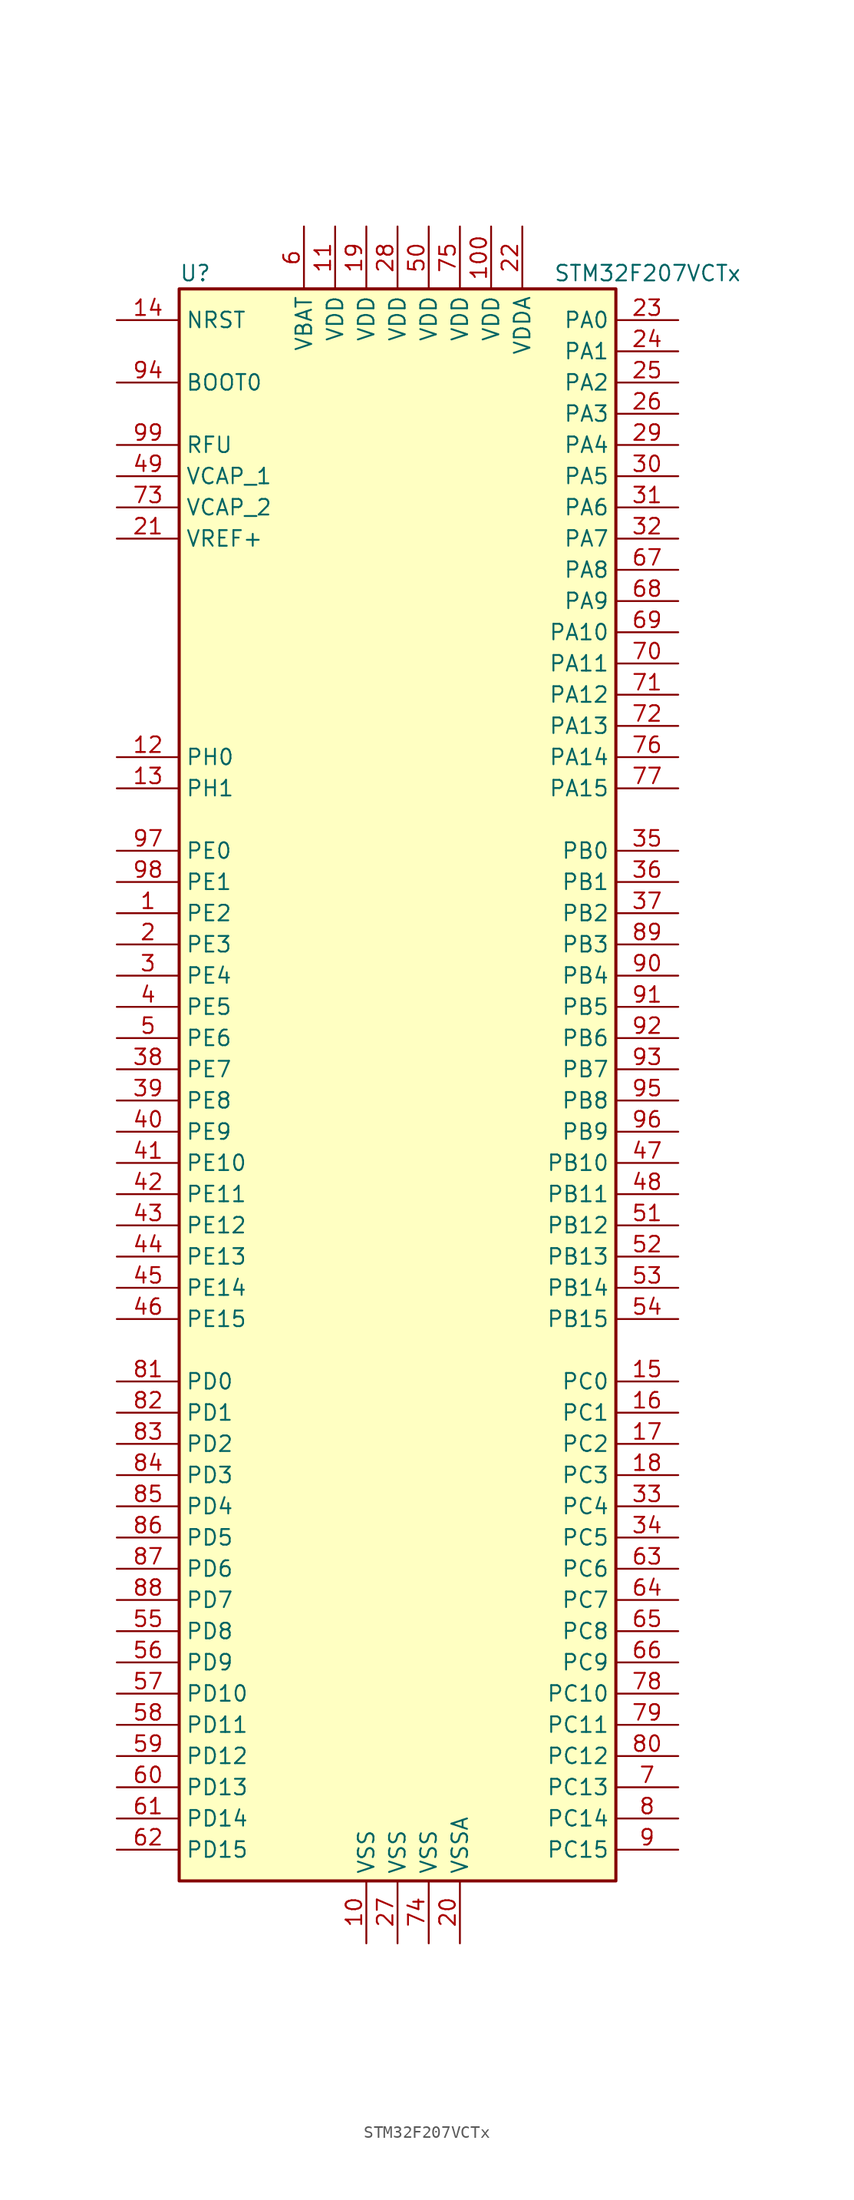
<source format=kicad_sym>
(kicad_symbol_lib
  (version 20201005)
  (generator kicad_symbol_editor)
  (symbol "STM32F207VCTx"
    (property "Reference" "U"
      (at -17.78 64.77 0)
      (effects (font (size 1.27 1.27)) (justify left)))
    (property "Value" "STM32F207VCTx"
      (at 12.7 64.77 0)
      (effects (font (size 1.27 1.27)) (justify left)))
    (symbol "STM32F207VCTx_0_1"
      (rectangle (start -17.78 -66.04) (end 17.78 63.5) (stroke (width 0.254)) (fill (type background))))
    (symbol "STM32F207VCTx_1_1"
      (pin bidirectional line (at -22.86 12.7 0) (length 5.08) (name "PE2" (effects (font (size 1.27 1.27)))) (number "1" (effects (font (size 1.27 1.27)))))
      (pin power_in line (at -2.54 -71.12 90) (length 5.08) (name "VSS" (effects (font (size 1.27 1.27)))) (number "10" (effects (font (size 1.27 1.27)))))
      (pin power_in line (at 7.62 68.58 270) (length 5.08) (name "VDD" (effects (font (size 1.27 1.27)))) (number "100" (effects (font (size 1.27 1.27)))))
      (pin power_in line (at -5.08 68.58 270) (length 5.08) (name "VDD" (effects (font (size 1.27 1.27)))) (number "11" (effects (font (size 1.27 1.27)))))
      (pin input line (at -22.86 25.4 0) (length 5.08) (name "PH0" (effects (font (size 1.27 1.27)))) (number "12" (effects (font (size 1.27 1.27)))))
      (pin input line (at -22.86 22.86 0) (length 5.08) (name "PH1" (effects (font (size 1.27 1.27)))) (number "13" (effects (font (size 1.27 1.27)))))
      (pin input line (at -22.86 60.96 0) (length 5.08) (name "NRST" (effects (font (size 1.27 1.27)))) (number "14" (effects (font (size 1.27 1.27)))))
      (pin bidirectional line (at 22.86 -25.4 180) (length 5.08) (name "PC0" (effects (font (size 1.27 1.27)))) (number "15" (effects (font (size 1.27 1.27)))))
      (pin bidirectional line (at 22.86 -27.94 180) (length 5.08) (name "PC1" (effects (font (size 1.27 1.27)))) (number "16" (effects (font (size 1.27 1.27)))))
      (pin bidirectional line (at 22.86 -30.48 180) (length 5.08) (name "PC2" (effects (font (size 1.27 1.27)))) (number "17" (effects (font (size 1.27 1.27)))))
      (pin bidirectional line (at 22.86 -33.02 180) (length 5.08) (name "PC3" (effects (font (size 1.27 1.27)))) (number "18" (effects (font (size 1.27 1.27)))))
      (pin power_in line (at -2.54 68.58 270) (length 5.08) (name "VDD" (effects (font (size 1.27 1.27)))) (number "19" (effects (font (size 1.27 1.27)))))
      (pin bidirectional line (at -22.86 10.16 0) (length 5.08) (name "PE3" (effects (font (size 1.27 1.27)))) (number "2" (effects (font (size 1.27 1.27)))))
      (pin power_in line (at 5.08 -71.12 90) (length 5.08) (name "VSSA" (effects (font (size 1.27 1.27)))) (number "20" (effects (font (size 1.27 1.27)))))
      (pin power_in line (at -22.86 43.18 0) (length 5.08) (name "VREF+" (effects (font (size 1.27 1.27)))) (number "21" (effects (font (size 1.27 1.27)))))
      (pin power_in line (at 10.16 68.58 270) (length 5.08) (name "VDDA" (effects (font (size 1.27 1.27)))) (number "22" (effects (font (size 1.27 1.27)))))
      (pin bidirectional line (at 22.86 60.96 180) (length 5.08) (name "PA0" (effects (font (size 1.27 1.27)))) (number "23" (effects (font (size 1.27 1.27)))))
      (pin bidirectional line (at 22.86 58.42 180) (length 5.08) (name "PA1" (effects (font (size 1.27 1.27)))) (number "24" (effects (font (size 1.27 1.27)))))
      (pin bidirectional line (at 22.86 55.88 180) (length 5.08) (name "PA2" (effects (font (size 1.27 1.27)))) (number "25" (effects (font (size 1.27 1.27)))))
      (pin bidirectional line (at 22.86 53.34 180) (length 5.08) (name "PA3" (effects (font (size 1.27 1.27)))) (number "26" (effects (font (size 1.27 1.27)))))
      (pin power_in line (at 0 -71.12 90) (length 5.08) (name "VSS" (effects (font (size 1.27 1.27)))) (number "27" (effects (font (size 1.27 1.27)))))
      (pin power_in line (at 0 68.58 270) (length 5.08) (name "VDD" (effects (font (size 1.27 1.27)))) (number "28" (effects (font (size 1.27 1.27)))))
      (pin bidirectional line (at 22.86 50.8 180) (length 5.08) (name "PA4" (effects (font (size 1.27 1.27)))) (number "29" (effects (font (size 1.27 1.27)))))
      (pin bidirectional line (at -22.86 7.62 0) (length 5.08) (name "PE4" (effects (font (size 1.27 1.27)))) (number "3" (effects (font (size 1.27 1.27)))))
      (pin bidirectional line (at 22.86 48.26 180) (length 5.08) (name "PA5" (effects (font (size 1.27 1.27)))) (number "30" (effects (font (size 1.27 1.27)))))
      (pin bidirectional line (at 22.86 45.72 180) (length 5.08) (name "PA6" (effects (font (size 1.27 1.27)))) (number "31" (effects (font (size 1.27 1.27)))))
      (pin bidirectional line (at 22.86 43.18 180) (length 5.08) (name "PA7" (effects (font (size 1.27 1.27)))) (number "32" (effects (font (size 1.27 1.27)))))
      (pin bidirectional line (at 22.86 -35.56 180) (length 5.08) (name "PC4" (effects (font (size 1.27 1.27)))) (number "33" (effects (font (size 1.27 1.27)))))
      (pin bidirectional line (at 22.86 -38.1 180) (length 5.08) (name "PC5" (effects (font (size 1.27 1.27)))) (number "34" (effects (font (size 1.27 1.27)))))
      (pin bidirectional line (at 22.86 17.78 180) (length 5.08) (name "PB0" (effects (font (size 1.27 1.27)))) (number "35" (effects (font (size 1.27 1.27)))))
      (pin bidirectional line (at 22.86 15.24 180) (length 5.08) (name "PB1" (effects (font (size 1.27 1.27)))) (number "36" (effects (font (size 1.27 1.27)))))
      (pin bidirectional line (at 22.86 12.7 180) (length 5.08) (name "PB2" (effects (font (size 1.27 1.27)))) (number "37" (effects (font (size 1.27 1.27)))))
      (pin bidirectional line (at -22.86 0 0) (length 5.08) (name "PE7" (effects (font (size 1.27 1.27)))) (number "38" (effects (font (size 1.27 1.27)))))
      (pin bidirectional line (at -22.86 -2.54 0) (length 5.08) (name "PE8" (effects (font (size 1.27 1.27)))) (number "39" (effects (font (size 1.27 1.27)))))
      (pin bidirectional line (at -22.86 5.08 0) (length 5.08) (name "PE5" (effects (font (size 1.27 1.27)))) (number "4" (effects (font (size 1.27 1.27)))))
      (pin bidirectional line (at -22.86 -5.08 0) (length 5.08) (name "PE9" (effects (font (size 1.27 1.27)))) (number "40" (effects (font (size 1.27 1.27)))))
      (pin bidirectional line (at -22.86 -7.62 0) (length 5.08) (name "PE10" (effects (font (size 1.27 1.27)))) (number "41" (effects (font (size 1.27 1.27)))))
      (pin bidirectional line (at -22.86 -10.16 0) (length 5.08) (name "PE11" (effects (font (size 1.27 1.27)))) (number "42" (effects (font (size 1.27 1.27)))))
      (pin bidirectional line (at -22.86 -12.7 0) (length 5.08) (name "PE12" (effects (font (size 1.27 1.27)))) (number "43" (effects (font (size 1.27 1.27)))))
      (pin bidirectional line (at -22.86 -15.24 0) (length 5.08) (name "PE13" (effects (font (size 1.27 1.27)))) (number "44" (effects (font (size 1.27 1.27)))))
      (pin bidirectional line (at -22.86 -17.78 0) (length 5.08) (name "PE14" (effects (font (size 1.27 1.27)))) (number "45" (effects (font (size 1.27 1.27)))))
      (pin bidirectional line (at -22.86 -20.32 0) (length 5.08) (name "PE15" (effects (font (size 1.27 1.27)))) (number "46" (effects (font (size 1.27 1.27)))))
      (pin bidirectional line (at 22.86 -7.62 180) (length 5.08) (name "PB10" (effects (font (size 1.27 1.27)))) (number "47" (effects (font (size 1.27 1.27)))))
      (pin bidirectional line (at 22.86 -10.16 180) (length 5.08) (name "PB11" (effects (font (size 1.27 1.27)))) (number "48" (effects (font (size 1.27 1.27)))))
      (pin power_in line (at -22.86 48.26 0) (length 5.08) (name "VCAP_1" (effects (font (size 1.27 1.27)))) (number "49" (effects (font (size 1.27 1.27)))))
      (pin bidirectional line (at -22.86 2.54 0) (length 5.08) (name "PE6" (effects (font (size 1.27 1.27)))) (number "5" (effects (font (size 1.27 1.27)))))
      (pin power_in line (at 2.54 68.58 270) (length 5.08) (name "VDD" (effects (font (size 1.27 1.27)))) (number "50" (effects (font (size 1.27 1.27)))))
      (pin bidirectional line (at 22.86 -12.7 180) (length 5.08) (name "PB12" (effects (font (size 1.27 1.27)))) (number "51" (effects (font (size 1.27 1.27)))))
      (pin bidirectional line (at 22.86 -15.24 180) (length 5.08) (name "PB13" (effects (font (size 1.27 1.27)))) (number "52" (effects (font (size 1.27 1.27)))))
      (pin bidirectional line (at 22.86 -17.78 180) (length 5.08) (name "PB14" (effects (font (size 1.27 1.27)))) (number "53" (effects (font (size 1.27 1.27)))))
      (pin bidirectional line (at 22.86 -20.32 180) (length 5.08) (name "PB15" (effects (font (size 1.27 1.27)))) (number "54" (effects (font (size 1.27 1.27)))))
      (pin bidirectional line (at -22.86 -45.72 0) (length 5.08) (name "PD8" (effects (font (size 1.27 1.27)))) (number "55" (effects (font (size 1.27 1.27)))))
      (pin bidirectional line (at -22.86 -48.26 0) (length 5.08) (name "PD9" (effects (font (size 1.27 1.27)))) (number "56" (effects (font (size 1.27 1.27)))))
      (pin bidirectional line (at -22.86 -50.8 0) (length 5.08) (name "PD10" (effects (font (size 1.27 1.27)))) (number "57" (effects (font (size 1.27 1.27)))))
      (pin bidirectional line (at -22.86 -53.34 0) (length 5.08) (name "PD11" (effects (font (size 1.27 1.27)))) (number "58" (effects (font (size 1.27 1.27)))))
      (pin bidirectional line (at -22.86 -55.88 0) (length 5.08) (name "PD12" (effects (font (size 1.27 1.27)))) (number "59" (effects (font (size 1.27 1.27)))))
      (pin power_in line (at -7.62 68.58 270) (length 5.08) (name "VBAT" (effects (font (size 1.27 1.27)))) (number "6" (effects (font (size 1.27 1.27)))))
      (pin bidirectional line (at -22.86 -58.42 0) (length 5.08) (name "PD13" (effects (font (size 1.27 1.27)))) (number "60" (effects (font (size 1.27 1.27)))))
      (pin bidirectional line (at -22.86 -60.96 0) (length 5.08) (name "PD14" (effects (font (size 1.27 1.27)))) (number "61" (effects (font (size 1.27 1.27)))))
      (pin bidirectional line (at -22.86 -63.5 0) (length 5.08) (name "PD15" (effects (font (size 1.27 1.27)))) (number "62" (effects (font (size 1.27 1.27)))))
      (pin bidirectional line (at 22.86 -40.64 180) (length 5.08) (name "PC6" (effects (font (size 1.27 1.27)))) (number "63" (effects (font (size 1.27 1.27)))))
      (pin bidirectional line (at 22.86 -43.18 180) (length 5.08) (name "PC7" (effects (font (size 1.27 1.27)))) (number "64" (effects (font (size 1.27 1.27)))))
      (pin bidirectional line (at 22.86 -45.72 180) (length 5.08) (name "PC8" (effects (font (size 1.27 1.27)))) (number "65" (effects (font (size 1.27 1.27)))))
      (pin bidirectional line (at 22.86 -48.26 180) (length 5.08) (name "PC9" (effects (font (size 1.27 1.27)))) (number "66" (effects (font (size 1.27 1.27)))))
      (pin bidirectional line (at 22.86 40.64 180) (length 5.08) (name "PA8" (effects (font (size 1.27 1.27)))) (number "67" (effects (font (size 1.27 1.27)))))
      (pin bidirectional line (at 22.86 38.1 180) (length 5.08) (name "PA9" (effects (font (size 1.27 1.27)))) (number "68" (effects (font (size 1.27 1.27)))))
      (pin bidirectional line (at 22.86 35.56 180) (length 5.08) (name "PA10" (effects (font (size 1.27 1.27)))) (number "69" (effects (font (size 1.27 1.27)))))
      (pin bidirectional line (at 22.86 -58.42 180) (length 5.08) (name "PC13" (effects (font (size 1.27 1.27)))) (number "7" (effects (font (size 1.27 1.27)))))
      (pin bidirectional line (at 22.86 33.02 180) (length 5.08) (name "PA11" (effects (font (size 1.27 1.27)))) (number "70" (effects (font (size 1.27 1.27)))))
      (pin bidirectional line (at 22.86 30.48 180) (length 5.08) (name "PA12" (effects (font (size 1.27 1.27)))) (number "71" (effects (font (size 1.27 1.27)))))
      (pin bidirectional line (at 22.86 27.94 180) (length 5.08) (name "PA13" (effects (font (size 1.27 1.27)))) (number "72" (effects (font (size 1.27 1.27)))))
      (pin power_in line (at -22.86 45.72 0) (length 5.08) (name "VCAP_2" (effects (font (size 1.27 1.27)))) (number "73" (effects (font (size 1.27 1.27)))))
      (pin power_in line (at 2.54 -71.12 90) (length 5.08) (name "VSS" (effects (font (size 1.27 1.27)))) (number "74" (effects (font (size 1.27 1.27)))))
      (pin power_in line (at 5.08 68.58 270) (length 5.08) (name "VDD" (effects (font (size 1.27 1.27)))) (number "75" (effects (font (size 1.27 1.27)))))
      (pin bidirectional line (at 22.86 25.4 180) (length 5.08) (name "PA14" (effects (font (size 1.27 1.27)))) (number "76" (effects (font (size 1.27 1.27)))))
      (pin bidirectional line (at 22.86 22.86 180) (length 5.08) (name "PA15" (effects (font (size 1.27 1.27)))) (number "77" (effects (font (size 1.27 1.27)))))
      (pin bidirectional line (at 22.86 -50.8 180) (length 5.08) (name "PC10" (effects (font (size 1.27 1.27)))) (number "78" (effects (font (size 1.27 1.27)))))
      (pin bidirectional line (at 22.86 -53.34 180) (length 5.08) (name "PC11" (effects (font (size 1.27 1.27)))) (number "79" (effects (font (size 1.27 1.27)))))
      (pin bidirectional line (at 22.86 -60.96 180) (length 5.08) (name "PC14" (effects (font (size 1.27 1.27)))) (number "8" (effects (font (size 1.27 1.27)))))
      (pin bidirectional line (at 22.86 -55.88 180) (length 5.08) (name "PC12" (effects (font (size 1.27 1.27)))) (number "80" (effects (font (size 1.27 1.27)))))
      (pin bidirectional line (at -22.86 -25.4 0) (length 5.08) (name "PD0" (effects (font (size 1.27 1.27)))) (number "81" (effects (font (size 1.27 1.27)))))
      (pin bidirectional line (at -22.86 -27.94 0) (length 5.08) (name "PD1" (effects (font (size 1.27 1.27)))) (number "82" (effects (font (size 1.27 1.27)))))
      (pin bidirectional line (at -22.86 -30.48 0) (length 5.08) (name "PD2" (effects (font (size 1.27 1.27)))) (number "83" (effects (font (size 1.27 1.27)))))
      (pin bidirectional line (at -22.86 -33.02 0) (length 5.08) (name "PD3" (effects (font (size 1.27 1.27)))) (number "84" (effects (font (size 1.27 1.27)))))
      (pin bidirectional line (at -22.86 -35.56 0) (length 5.08) (name "PD4" (effects (font (size 1.27 1.27)))) (number "85" (effects (font (size 1.27 1.27)))))
      (pin bidirectional line (at -22.86 -38.1 0) (length 5.08) (name "PD5" (effects (font (size 1.27 1.27)))) (number "86" (effects (font (size 1.27 1.27)))))
      (pin bidirectional line (at -22.86 -40.64 0) (length 5.08) (name "PD6" (effects (font (size 1.27 1.27)))) (number "87" (effects (font (size 1.27 1.27)))))
      (pin bidirectional line (at -22.86 -43.18 0) (length 5.08) (name "PD7" (effects (font (size 1.27 1.27)))) (number "88" (effects (font (size 1.27 1.27)))))
      (pin bidirectional line (at 22.86 10.16 180) (length 5.08) (name "PB3" (effects (font (size 1.27 1.27)))) (number "89" (effects (font (size 1.27 1.27)))))
      (pin bidirectional line (at 22.86 -63.5 180) (length 5.08) (name "PC15" (effects (font (size 1.27 1.27)))) (number "9" (effects (font (size 1.27 1.27)))))
      (pin bidirectional line (at 22.86 7.62 180) (length 5.08) (name "PB4" (effects (font (size 1.27 1.27)))) (number "90" (effects (font (size 1.27 1.27)))))
      (pin bidirectional line (at 22.86 5.08 180) (length 5.08) (name "PB5" (effects (font (size 1.27 1.27)))) (number "91" (effects (font (size 1.27 1.27)))))
      (pin bidirectional line (at 22.86 2.54 180) (length 5.08) (name "PB6" (effects (font (size 1.27 1.27)))) (number "92" (effects (font (size 1.27 1.27)))))
      (pin bidirectional line (at 22.86 0 180) (length 5.08) (name "PB7" (effects (font (size 1.27 1.27)))) (number "93" (effects (font (size 1.27 1.27)))))
      (pin input line (at -22.86 55.88 0) (length 5.08) (name "BOOT0" (effects (font (size 1.27 1.27)))) (number "94" (effects (font (size 1.27 1.27)))))
      (pin bidirectional line (at 22.86 -2.54 180) (length 5.08) (name "PB8" (effects (font (size 1.27 1.27)))) (number "95" (effects (font (size 1.27 1.27)))))
      (pin bidirectional line (at 22.86 -5.08 180) (length 5.08) (name "PB9" (effects (font (size 1.27 1.27)))) (number "96" (effects (font (size 1.27 1.27)))))
      (pin bidirectional line (at -22.86 17.78 0) (length 5.08) (name "PE0" (effects (font (size 1.27 1.27)))) (number "97" (effects (font (size 1.27 1.27)))))
      (pin bidirectional line (at -22.86 15.24 0) (length 5.08) (name "PE1" (effects (font (size 1.27 1.27)))) (number "98" (effects (font (size 1.27 1.27)))))
      (pin power_in line (at -22.86 50.8 0) (length 5.08) (name "RFU" (effects (font (size 1.27 1.27)))) (number "99" (effects (font (size 1.27 1.27))))))))
</source>
